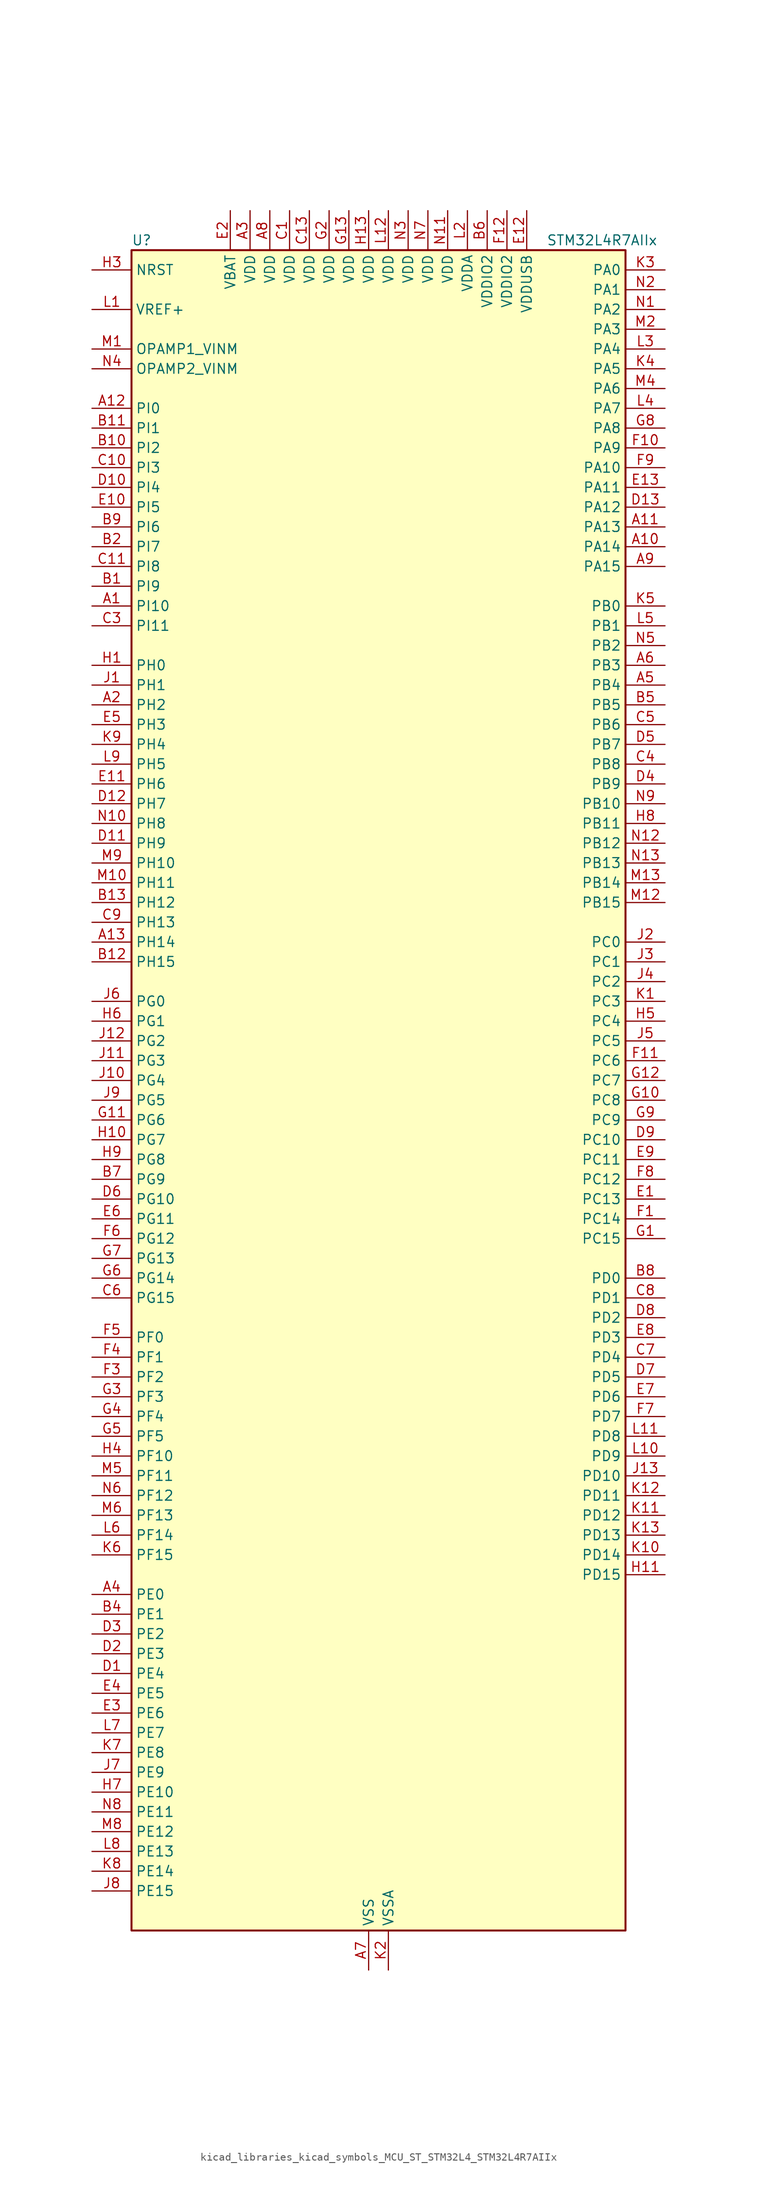
<source format=kicad_sym>
(kicad_symbol_lib
  (version 20220914)
  (generator kicad_symbol_editor)
  (symbol "kicad_libraries_kicad_symbols_MCU_ST_STM32L4_STM32L4R7AIIx"
    (property "Reference" "U"
      (at -30.48 110.49 0)
      (effects (font (size 1.27 1.27)) (justify left)))
    (property "Value" "STM32L4R7AIIx"
      (at 22.86 110.49 0)
      (effects (font (size 1.27 1.27)) (justify left)))
    (property "ki_locked" ""
      (at 0 0 0)
      (effects (font (size 1.27 1.27))))
    (symbol "kicad_libraries_kicad_symbols_MCU_ST_STM32L4_STM32L4R7AIIx_0_1"
      (rectangle (start -30.48 -106.68) (end 33.02 109.22) (stroke (width 0.254) (type default)) (fill (type background))))
    (symbol "kicad_libraries_kicad_symbols_MCU_ST_STM32L4_STM32L4R7AIIx_1_1"
      (pin bidirectional line (at -35.56 63.5 0) (length 5.08) (name "PI10" (effects (font (size 1.27 1.27)))) (number "A1" (effects (font (size 1.27 1.27)))) (alternate "OCTOSPIM_P2_IO1" bidirectional line))
      (pin bidirectional line (at 38.1 71.12 180) (length 5.08) (name "PA14" (effects (font (size 1.27 1.27)))) (number "A10" (effects (font (size 1.27 1.27)))) (alternate "I2C1_SMBA" bidirectional line) (alternate "I2C4_SMBA" bidirectional line) (alternate "LPTIM1_OUT" bidirectional line) (alternate "SAI1_FS_B" bidirectional line) (alternate "SYS_JTCK-SWCLK" bidirectional line) (alternate "USB_OTG_FS_SOF" bidirectional line))
      (pin bidirectional line (at 38.1 73.66 180) (length 5.08) (name "PA13" (effects (font (size 1.27 1.27)))) (number "A11" (effects (font (size 1.27 1.27)))) (alternate "IR_OUT" bidirectional line) (alternate "SAI1_SD_B" bidirectional line) (alternate "SYS_JTMS-SWDIO" bidirectional line) (alternate "USB_OTG_FS_NOE" bidirectional line))
      (pin bidirectional line (at -35.56 88.9 0) (length 5.08) (name "PI0" (effects (font (size 1.27 1.27)))) (number "A12" (effects (font (size 1.27 1.27)))) (alternate "DCMI_D13" bidirectional line) (alternate "OCTOSPIM_P1_IO5" bidirectional line) (alternate "SPI2_NSS" bidirectional line) (alternate "TIM5_CH4" bidirectional line))
      (pin bidirectional line (at -35.56 20.32 0) (length 5.08) (name "PH14" (effects (font (size 1.27 1.27)))) (number "A13" (effects (font (size 1.27 1.27)))) (alternate "DCMI_D4" bidirectional line) (alternate "TIM8_CH2N" bidirectional line))
      (pin bidirectional line (at -35.56 50.8 0) (length 5.08) (name "PH2" (effects (font (size 1.27 1.27)))) (number "A2" (effects (font (size 1.27 1.27)))) (alternate "OCTOSPIM_P1_IO4" bidirectional line))
      (pin power_in line (at -15.24 114.3 270) (length 5.08) (name "VDD" (effects (font (size 1.27 1.27)))) (number "A3" (effects (font (size 1.27 1.27)))))
      (pin bidirectional line (at -35.56 -63.5 0) (length 5.08) (name "PE0" (effects (font (size 1.27 1.27)))) (number "A4" (effects (font (size 1.27 1.27)))) (alternate "DCMI_D2" bidirectional line) (alternate "FMC_NBL0" bidirectional line) (alternate "LTDC_HSYNC" bidirectional line) (alternate "TIM16_CH1" bidirectional line) (alternate "TIM4_ETR" bidirectional line))
      (pin bidirectional line (at 38.1 53.34 180) (length 5.08) (name "PB4" (effects (font (size 1.27 1.27)))) (number "A5" (effects (font (size 1.27 1.27)))) (alternate "COMP2_INP" bidirectional line) (alternate "DCMI_D12" bidirectional line) (alternate "I2C3_SDA" bidirectional line) (alternate "SAI1_MCLK_B" bidirectional line) (alternate "SPI1_MISO" bidirectional line) (alternate "SPI3_MISO" bidirectional line) (alternate "SYS_JTRST" bidirectional line) (alternate "TIM17_BKIN" bidirectional line) (alternate "TIM3_CH1" bidirectional line) (alternate "TSC_G2_IO1" bidirectional line) (alternate "UART5_DE" bidirectional line) (alternate "UART5_RTS" bidirectional line) (alternate "USART1_CTS" bidirectional line) (alternate "USART1_NSS" bidirectional line))
      (pin bidirectional line (at 38.1 55.88 180) (length 5.08) (name "PB3" (effects (font (size 1.27 1.27)))) (number "A6" (effects (font (size 1.27 1.27)))) (alternate "COMP2_INM" bidirectional line) (alternate "CRS_SYNC" bidirectional line) (alternate "SAI1_SCK_B" bidirectional line) (alternate "SPI1_SCK" bidirectional line) (alternate "SPI3_SCK" bidirectional line) (alternate "SYS_JTDO-SWO" bidirectional line) (alternate "TIM2_CH2" bidirectional line) (alternate "USART1_DE" bidirectional line) (alternate "USART1_RTS" bidirectional line))
      (pin power_in line (at 0 -111.76 90) (length 5.08) (name "VSS" (effects (font (size 1.27 1.27)))) (number "A7" (effects (font (size 1.27 1.27)))))
      (pin power_in line (at -12.7 114.3 270) (length 5.08) (name "VDD" (effects (font (size 1.27 1.27)))) (number "A8" (effects (font (size 1.27 1.27)))))
      (pin bidirectional line (at 38.1 68.58 180) (length 5.08) (name "PA15" (effects (font (size 1.27 1.27)))) (number "A9" (effects (font (size 1.27 1.27)))) (alternate "ADC1_EXTI15" bidirectional line) (alternate "SAI2_FS_B" bidirectional line) (alternate "SPI1_NSS" bidirectional line) (alternate "SPI3_NSS" bidirectional line) (alternate "SYS_JTDI" bidirectional line) (alternate "TIM2_CH1" bidirectional line) (alternate "TIM2_ETR" bidirectional line) (alternate "TSC_G3_IO1" bidirectional line) (alternate "UART4_DE" bidirectional line) (alternate "UART4_RTS" bidirectional line) (alternate "USART2_RX" bidirectional line) (alternate "USART3_DE" bidirectional line) (alternate "USART3_RTS" bidirectional line))
      (pin bidirectional line (at -35.56 66.04 0) (length 5.08) (name "PI9" (effects (font (size 1.27 1.27)))) (number "B1" (effects (font (size 1.27 1.27)))) (alternate "CAN1_RX" bidirectional line) (alternate "DAC1_EXTI9" bidirectional line) (alternate "OCTOSPIM_P2_IO2" bidirectional line))
      (pin bidirectional line (at -35.56 83.82 0) (length 5.08) (name "PI2" (effects (font (size 1.27 1.27)))) (number "B10" (effects (font (size 1.27 1.27)))) (alternate "DCMI_D9" bidirectional line) (alternate "SPI2_MISO" bidirectional line) (alternate "TIM8_CH4" bidirectional line))
      (pin bidirectional line (at -35.56 86.36 0) (length 5.08) (name "PI1" (effects (font (size 1.27 1.27)))) (number "B11" (effects (font (size 1.27 1.27)))) (alternate "DCMI_D8" bidirectional line) (alternate "SPI2_SCK" bidirectional line))
      (pin bidirectional line (at -35.56 17.78 0) (length 5.08) (name "PH15" (effects (font (size 1.27 1.27)))) (number "B12" (effects (font (size 1.27 1.27)))) (alternate "ADC1_EXTI15" bidirectional line) (alternate "DCMI_D11" bidirectional line) (alternate "OCTOSPIM_P2_IO6" bidirectional line) (alternate "TIM8_CH3N" bidirectional line))
      (pin bidirectional line (at -35.56 25.4 0) (length 5.08) (name "PH12" (effects (font (size 1.27 1.27)))) (number "B13" (effects (font (size 1.27 1.27)))) (alternate "DCMI_D3" bidirectional line) (alternate "OCTOSPIM_P2_IO7" bidirectional line) (alternate "TIM5_CH3" bidirectional line))
      (pin bidirectional line (at -35.56 71.12 0) (length 5.08) (name "PI7" (effects (font (size 1.27 1.27)))) (number "B2" (effects (font (size 1.27 1.27)))) (alternate "DCMI_D7" bidirectional line) (alternate "TIM8_CH3" bidirectional line))
      (pin passive line (at 0 -111.76 90) (length 5.08) hide (name "VSS" (effects (font (size 1.27 1.27)))) (number "B3" (effects (font (size 1.27 1.27)))))
      (pin bidirectional line (at -35.56 -66.04 0) (length 5.08) (name "PE1" (effects (font (size 1.27 1.27)))) (number "B4" (effects (font (size 1.27 1.27)))) (alternate "DCMI_D3" bidirectional line) (alternate "FMC_NBL1" bidirectional line) (alternate "LTDC_VSYNC" bidirectional line) (alternate "TIM17_CH1" bidirectional line))
      (pin bidirectional line (at 38.1 50.8 180) (length 5.08) (name "PB5" (effects (font (size 1.27 1.27)))) (number "B5" (effects (font (size 1.27 1.27)))) (alternate "COMP2_OUT" bidirectional line) (alternate "DCMI_D10" bidirectional line) (alternate "I2C1_SMBA" bidirectional line) (alternate "LPTIM1_IN1" bidirectional line) (alternate "SAI1_SD_B" bidirectional line) (alternate "SPI1_MOSI" bidirectional line) (alternate "SPI3_MOSI" bidirectional line) (alternate "TIM16_BKIN" bidirectional line) (alternate "TIM3_CH2" bidirectional line) (alternate "TSC_G2_IO2" bidirectional line) (alternate "UART5_CTS" bidirectional line) (alternate "USART1_CK" bidirectional line))
      (pin power_in line (at 15.24 114.3 270) (length 5.08) (name "VDDIO2" (effects (font (size 1.27 1.27)))) (number "B6" (effects (font (size 1.27 1.27)))))
      (pin bidirectional line (at -35.56 -10.16 0) (length 5.08) (name "PG9" (effects (font (size 1.27 1.27)))) (number "B7" (effects (font (size 1.27 1.27)))) (alternate "DAC1_EXTI9" bidirectional line) (alternate "FMC_NCE" bidirectional line) (alternate "FMC_NE2" bidirectional line) (alternate "OCTOSPIM_P2_IO6" bidirectional line) (alternate "SAI2_SCK_A" bidirectional line) (alternate "SPI3_SCK" bidirectional line) (alternate "TIM15_CH1N" bidirectional line) (alternate "USART1_TX" bidirectional line))
      (pin bidirectional line (at 38.1 -22.86 180) (length 5.08) (name "PD0" (effects (font (size 1.27 1.27)))) (number "B8" (effects (font (size 1.27 1.27)))) (alternate "CAN1_RX" bidirectional line) (alternate "DFSDM1_DATIN7" bidirectional line) (alternate "FMC_D2" bidirectional line) (alternate "FMC_DA2" bidirectional line) (alternate "LTDC_B4" bidirectional line) (alternate "SPI2_NSS" bidirectional line))
      (pin bidirectional line (at -35.56 73.66 0) (length 5.08) (name "PI6" (effects (font (size 1.27 1.27)))) (number "B9" (effects (font (size 1.27 1.27)))) (alternate "DCMI_D6" bidirectional line) (alternate "OCTOSPIM_P2_CLK" bidirectional line) (alternate "TIM8_CH2" bidirectional line))
      (pin power_in line (at -10.16 114.3 270) (length 5.08) (name "VDD" (effects (font (size 1.27 1.27)))) (number "C1" (effects (font (size 1.27 1.27)))))
      (pin bidirectional line (at -35.56 81.28 0) (length 5.08) (name "PI3" (effects (font (size 1.27 1.27)))) (number "C10" (effects (font (size 1.27 1.27)))) (alternate "DCMI_D10" bidirectional line) (alternate "SPI2_MOSI" bidirectional line) (alternate "TIM8_ETR" bidirectional line))
      (pin bidirectional line (at -35.56 68.58 0) (length 5.08) (name "PI8" (effects (font (size 1.27 1.27)))) (number "C11" (effects (font (size 1.27 1.27)))) (alternate "DCMI_D12" bidirectional line) (alternate "OCTOSPIM_P2_NCS" bidirectional line))
      (pin passive line (at 0 -111.76 90) (length 5.08) hide (name "VSS" (effects (font (size 1.27 1.27)))) (number "C12" (effects (font (size 1.27 1.27)))))
      (pin power_in line (at -7.62 114.3 270) (length 5.08) (name "VDD" (effects (font (size 1.27 1.27)))) (number "C13" (effects (font (size 1.27 1.27)))))
      (pin passive line (at 0 -111.76 90) (length 5.08) hide (name "VSS" (effects (font (size 1.27 1.27)))) (number "C2" (effects (font (size 1.27 1.27)))))
      (pin bidirectional line (at -35.56 60.96 0) (length 5.08) (name "PI11" (effects (font (size 1.27 1.27)))) (number "C3" (effects (font (size 1.27 1.27)))) (alternate "ADC1_EXTI11" bidirectional line) (alternate "OCTOSPIM_P2_IO0" bidirectional line))
      (pin bidirectional line (at 38.1 43.18 180) (length 5.08) (name "PB8" (effects (font (size 1.27 1.27)))) (number "C4" (effects (font (size 1.27 1.27)))) (alternate "CAN1_RX" bidirectional line) (alternate "DCMI_D6" bidirectional line) (alternate "DFSDM1_CKOUT" bidirectional line) (alternate "DFSDM1_DATIN6" bidirectional line) (alternate "I2C1_SCL" bidirectional line) (alternate "LTDC_B1" bidirectional line) (alternate "SAI1_CK1" bidirectional line) (alternate "SAI1_MCLK_A" bidirectional line) (alternate "SDMMC1_CKIN" bidirectional line) (alternate "SDMMC1_D4" bidirectional line) (alternate "TIM16_CH1" bidirectional line) (alternate "TIM4_CH3" bidirectional line))
      (pin bidirectional line (at 38.1 48.26 180) (length 5.08) (name "PB6" (effects (font (size 1.27 1.27)))) (number "C5" (effects (font (size 1.27 1.27)))) (alternate "COMP2_INP" bidirectional line) (alternate "DCMI_D5" bidirectional line) (alternate "DFSDM1_DATIN5" bidirectional line) (alternate "I2C1_SCL" bidirectional line) (alternate "I2C4_SCL" bidirectional line) (alternate "LPTIM1_ETR" bidirectional line) (alternate "SAI1_FS_B" bidirectional line) (alternate "TIM16_CH1N" bidirectional line) (alternate "TIM4_CH1" bidirectional line) (alternate "TIM8_BKIN2" bidirectional line) (alternate "TSC_G2_IO3" bidirectional line) (alternate "USART1_TX" bidirectional line))
      (pin bidirectional line (at -35.56 -25.4 0) (length 5.08) (name "PG15" (effects (font (size 1.27 1.27)))) (number "C6" (effects (font (size 1.27 1.27)))) (alternate "ADC1_EXTI15" bidirectional line) (alternate "DCMI_D13" bidirectional line) (alternate "I2C1_SMBA" bidirectional line) (alternate "LPTIM1_OUT" bidirectional line) (alternate "OCTOSPIM_P2_DQS" bidirectional line))
      (pin bidirectional line (at 38.1 -33.02 180) (length 5.08) (name "PD4" (effects (font (size 1.27 1.27)))) (number "C7" (effects (font (size 1.27 1.27)))) (alternate "DFSDM1_CKIN0" bidirectional line) (alternate "FMC_NOE" bidirectional line) (alternate "OCTOSPIM_P1_IO4" bidirectional line) (alternate "SPI2_MOSI" bidirectional line) (alternate "USART2_DE" bidirectional line) (alternate "USART2_RTS" bidirectional line))
      (pin bidirectional line (at 38.1 -25.4 180) (length 5.08) (name "PD1" (effects (font (size 1.27 1.27)))) (number "C8" (effects (font (size 1.27 1.27)))) (alternate "CAN1_TX" bidirectional line) (alternate "DFSDM1_CKIN7" bidirectional line) (alternate "FMC_D3" bidirectional line) (alternate "FMC_DA3" bidirectional line) (alternate "LTDC_B5" bidirectional line) (alternate "SPI2_SCK" bidirectional line))
      (pin bidirectional line (at -35.56 22.86 0) (length 5.08) (name "PH13" (effects (font (size 1.27 1.27)))) (number "C9" (effects (font (size 1.27 1.27)))) (alternate "CAN1_TX" bidirectional line) (alternate "TIM8_CH1N" bidirectional line))
      (pin bidirectional line (at -35.56 -73.66 0) (length 5.08) (name "PE4" (effects (font (size 1.27 1.27)))) (number "D1" (effects (font (size 1.27 1.27)))) (alternate "DCMI_D4" bidirectional line) (alternate "DFSDM1_DATIN3" bidirectional line) (alternate "FMC_A20" bidirectional line) (alternate "LTDC_B0" bidirectional line) (alternate "SAI1_D2" bidirectional line) (alternate "SAI1_FS_A" bidirectional line) (alternate "SYS_TRACED1" bidirectional line) (alternate "TIM3_CH2" bidirectional line) (alternate "TSC_G7_IO3" bidirectional line))
      (pin bidirectional line (at -35.56 78.74 0) (length 5.08) (name "PI4" (effects (font (size 1.27 1.27)))) (number "D10" (effects (font (size 1.27 1.27)))) (alternate "DCMI_D5" bidirectional line) (alternate "TIM8_BKIN" bidirectional line))
      (pin bidirectional line (at -35.56 33.02 0) (length 5.08) (name "PH9" (effects (font (size 1.27 1.27)))) (number "D11" (effects (font (size 1.27 1.27)))) (alternate "DAC1_EXTI9" bidirectional line) (alternate "DCMI_D0" bidirectional line) (alternate "I2C3_SMBA" bidirectional line) (alternate "OCTOSPIM_P2_IO4" bidirectional line))
      (pin bidirectional line (at -35.56 38.1 0) (length 5.08) (name "PH7" (effects (font (size 1.27 1.27)))) (number "D12" (effects (font (size 1.27 1.27)))) (alternate "DCMI_D9" bidirectional line) (alternate "I2C3_SCL" bidirectional line))
      (pin bidirectional line (at 38.1 76.2 180) (length 5.08) (name "PA12" (effects (font (size 1.27 1.27)))) (number "D13" (effects (font (size 1.27 1.27)))) (alternate "CAN1_TX" bidirectional line) (alternate "SPI1_MOSI" bidirectional line) (alternate "TIM1_ETR" bidirectional line) (alternate "USART1_DE" bidirectional line) (alternate "USART1_RTS" bidirectional line) (alternate "USB_OTG_FS_DP" bidirectional line))
      (pin bidirectional line (at -35.56 -71.12 0) (length 5.08) (name "PE3" (effects (font (size 1.27 1.27)))) (number "D2" (effects (font (size 1.27 1.27)))) (alternate "FMC_A19" bidirectional line) (alternate "LTDC_R1" bidirectional line) (alternate "OCTOSPIM_P1_DQS" bidirectional line) (alternate "SAI1_SD_B" bidirectional line) (alternate "SYS_TRACED0" bidirectional line) (alternate "TIM3_CH1" bidirectional line) (alternate "TSC_G7_IO2" bidirectional line))
      (pin bidirectional line (at -35.56 -68.58 0) (length 5.08) (name "PE2" (effects (font (size 1.27 1.27)))) (number "D3" (effects (font (size 1.27 1.27)))) (alternate "FMC_A23" bidirectional line) (alternate "LTDC_R0" bidirectional line) (alternate "SAI1_CK1" bidirectional line) (alternate "SAI1_MCLK_A" bidirectional line) (alternate "SYS_TRACECLK" bidirectional line) (alternate "TIM3_ETR" bidirectional line) (alternate "TSC_G7_IO1" bidirectional line))
      (pin bidirectional line (at 38.1 40.64 180) (length 5.08) (name "PB9" (effects (font (size 1.27 1.27)))) (number "D4" (effects (font (size 1.27 1.27)))) (alternate "CAN1_TX" bidirectional line) (alternate "DAC1_EXTI9" bidirectional line) (alternate "DCMI_D7" bidirectional line) (alternate "DFSDM1_CKIN6" bidirectional line) (alternate "I2C1_SDA" bidirectional line) (alternate "IR_OUT" bidirectional line) (alternate "SAI1_D2" bidirectional line) (alternate "SAI1_FS_A" bidirectional line) (alternate "SDMMC1_CDIR" bidirectional line) (alternate "SDMMC1_D5" bidirectional line) (alternate "SPI2_NSS" bidirectional line) (alternate "TIM17_CH1" bidirectional line) (alternate "TIM4_CH4" bidirectional line))
      (pin bidirectional line (at 38.1 45.72 180) (length 5.08) (name "PB7" (effects (font (size 1.27 1.27)))) (number "D5" (effects (font (size 1.27 1.27)))) (alternate "COMP2_INM" bidirectional line) (alternate "DCMI_VSYNC" bidirectional line) (alternate "DFSDM1_CKIN5" bidirectional line) (alternate "FMC_NL" bidirectional line) (alternate "I2C1_SDA" bidirectional line) (alternate "I2C4_SDA" bidirectional line) (alternate "LPTIM1_IN2" bidirectional line) (alternate "SYS_PVD_IN" bidirectional line) (alternate "TIM17_CH1N" bidirectional line) (alternate "TIM4_CH2" bidirectional line) (alternate "TIM8_BKIN" bidirectional line) (alternate "TSC_G2_IO4" bidirectional line) (alternate "UART4_CTS" bidirectional line) (alternate "USART1_RX" bidirectional line))
      (pin bidirectional line (at -35.56 -12.7 0) (length 5.08) (name "PG10" (effects (font (size 1.27 1.27)))) (number "D6" (effects (font (size 1.27 1.27)))) (alternate "FMC_NE3" bidirectional line) (alternate "LPTIM1_IN1" bidirectional line) (alternate "OCTOSPIM_P2_IO7" bidirectional line) (alternate "SAI2_FS_A" bidirectional line) (alternate "SPI3_MISO" bidirectional line) (alternate "TIM15_CH1" bidirectional line) (alternate "USART1_RX" bidirectional line))
      (pin bidirectional line (at 38.1 -35.56 180) (length 5.08) (name "PD5" (effects (font (size 1.27 1.27)))) (number "D7" (effects (font (size 1.27 1.27)))) (alternate "FMC_NWE" bidirectional line) (alternate "OCTOSPIM_P1_IO5" bidirectional line) (alternate "USART2_TX" bidirectional line))
      (pin bidirectional line (at 38.1 -27.94 180) (length 5.08) (name "PD2" (effects (font (size 1.27 1.27)))) (number "D8" (effects (font (size 1.27 1.27)))) (alternate "DCMI_D11" bidirectional line) (alternate "SDMMC1_CMD" bidirectional line) (alternate "SYS_TRACED2" bidirectional line) (alternate "TIM3_ETR" bidirectional line) (alternate "TSC_SYNC" bidirectional line) (alternate "UART5_RX" bidirectional line) (alternate "USART3_DE" bidirectional line) (alternate "USART3_RTS" bidirectional line))
      (pin bidirectional line (at 38.1 -5.08 180) (length 5.08) (name "PC10" (effects (font (size 1.27 1.27)))) (number "D9" (effects (font (size 1.27 1.27)))) (alternate "DCMI_D8" bidirectional line) (alternate "SAI2_SCK_B" bidirectional line) (alternate "SDMMC1_D2" bidirectional line) (alternate "SPI3_SCK" bidirectional line) (alternate "SYS_TRACED1" bidirectional line) (alternate "TSC_G3_IO2" bidirectional line) (alternate "UART4_TX" bidirectional line) (alternate "USART3_TX" bidirectional line))
      (pin bidirectional line (at 38.1 -12.7 180) (length 5.08) (name "PC13" (effects (font (size 1.27 1.27)))) (number "E1" (effects (font (size 1.27 1.27)))) (alternate "RTC_OUT_ALARM" bidirectional line) (alternate "RTC_OUT_CALIB" bidirectional line) (alternate "RTC_TAMP1" bidirectional line) (alternate "RTC_TS" bidirectional line) (alternate "SYS_WKUP2" bidirectional line))
      (pin bidirectional line (at -35.56 76.2 0) (length 5.08) (name "PI5" (effects (font (size 1.27 1.27)))) (number "E10" (effects (font (size 1.27 1.27)))) (alternate "DCMI_VSYNC" bidirectional line) (alternate "OCTOSPIM_P2_NCS" bidirectional line) (alternate "TIM8_CH1" bidirectional line))
      (pin bidirectional line (at -35.56 40.64 0) (length 5.08) (name "PH6" (effects (font (size 1.27 1.27)))) (number "E11" (effects (font (size 1.27 1.27)))) (alternate "DCMI_D8" bidirectional line) (alternate "I2C2_SMBA" bidirectional line) (alternate "OCTOSPIM_P2_CLK" bidirectional line))
      (pin power_in line (at 20.32 114.3 270) (length 5.08) (name "VDDUSB" (effects (font (size 1.27 1.27)))) (number "E12" (effects (font (size 1.27 1.27)))))
      (pin bidirectional line (at 38.1 78.74 180) (length 5.08) (name "PA11" (effects (font (size 1.27 1.27)))) (number "E13" (effects (font (size 1.27 1.27)))) (alternate "ADC1_EXTI11" bidirectional line) (alternate "CAN1_RX" bidirectional line) (alternate "SPI1_MISO" bidirectional line) (alternate "TIM1_BKIN2" bidirectional line) (alternate "TIM1_CH4" bidirectional line) (alternate "USART1_CTS" bidirectional line) (alternate "USART1_NSS" bidirectional line) (alternate "USB_OTG_FS_DM" bidirectional line))
      (pin power_in line (at -17.78 114.3 270) (length 5.08) (name "VBAT" (effects (font (size 1.27 1.27)))) (number "E2" (effects (font (size 1.27 1.27)))))
      (pin bidirectional line (at -35.56 -78.74 0) (length 5.08) (name "PE6" (effects (font (size 1.27 1.27)))) (number "E3" (effects (font (size 1.27 1.27)))) (alternate "DCMI_D7" bidirectional line) (alternate "FMC_A22" bidirectional line) (alternate "LTDC_G1" bidirectional line) (alternate "RTC_TAMP3" bidirectional line) (alternate "SAI1_D1" bidirectional line) (alternate "SAI1_SD_A" bidirectional line) (alternate "SYS_TRACED3" bidirectional line) (alternate "SYS_WKUP3" bidirectional line) (alternate "TIM3_CH4" bidirectional line))
      (pin bidirectional line (at -35.56 -76.2 0) (length 5.08) (name "PE5" (effects (font (size 1.27 1.27)))) (number "E4" (effects (font (size 1.27 1.27)))) (alternate "DCMI_D6" bidirectional line) (alternate "DFSDM1_CKIN3" bidirectional line) (alternate "FMC_A21" bidirectional line) (alternate "LTDC_G0" bidirectional line) (alternate "SAI1_CK2" bidirectional line) (alternate "SAI1_SCK_A" bidirectional line) (alternate "SYS_TRACED2" bidirectional line) (alternate "TIM3_CH3" bidirectional line) (alternate "TSC_G7_IO4" bidirectional line))
      (pin bidirectional line (at -35.56 48.26 0) (length 5.08) (name "PH3" (effects (font (size 1.27 1.27)))) (number "E5" (effects (font (size 1.27 1.27)))))
      (pin bidirectional line (at -35.56 -15.24 0) (length 5.08) (name "PG11" (effects (font (size 1.27 1.27)))) (number "E6" (effects (font (size 1.27 1.27)))) (alternate "ADC1_EXTI11" bidirectional line) (alternate "LPTIM1_IN2" bidirectional line) (alternate "OCTOSPIM_P1_IO5" bidirectional line) (alternate "SAI2_MCLK_A" bidirectional line) (alternate "SPI3_MOSI" bidirectional line) (alternate "TIM15_CH2" bidirectional line) (alternate "USART1_CTS" bidirectional line) (alternate "USART1_NSS" bidirectional line))
      (pin bidirectional line (at 38.1 -38.1 180) (length 5.08) (name "PD6" (effects (font (size 1.27 1.27)))) (number "E7" (effects (font (size 1.27 1.27)))) (alternate "DCMI_D10" bidirectional line) (alternate "DFSDM1_DATIN1" bidirectional line) (alternate "FMC_NWAIT" bidirectional line) (alternate "LTDC_DE" bidirectional line) (alternate "OCTOSPIM_P1_IO6" bidirectional line) (alternate "SAI1_D1" bidirectional line) (alternate "SAI1_SD_A" bidirectional line) (alternate "SPI3_MOSI" bidirectional line) (alternate "USART2_RX" bidirectional line))
      (pin bidirectional line (at 38.1 -30.48 180) (length 5.08) (name "PD3" (effects (font (size 1.27 1.27)))) (number "E8" (effects (font (size 1.27 1.27)))) (alternate "DCMI_D5" bidirectional line) (alternate "DFSDM1_DATIN0" bidirectional line) (alternate "FMC_CLK" bidirectional line) (alternate "LTDC_CLK" bidirectional line) (alternate "OCTOSPIM_P2_NCS" bidirectional line) (alternate "SPI2_MISO" bidirectional line) (alternate "SPI2_SCK" bidirectional line) (alternate "USART2_CTS" bidirectional line) (alternate "USART2_NSS" bidirectional line))
      (pin bidirectional line (at 38.1 -7.62 180) (length 5.08) (name "PC11" (effects (font (size 1.27 1.27)))) (number "E9" (effects (font (size 1.27 1.27)))) (alternate "ADC1_EXTI11" bidirectional line) (alternate "DCMI_D2" bidirectional line) (alternate "DCMI_D4" bidirectional line) (alternate "OCTOSPIM_P1_NCS" bidirectional line) (alternate "SAI2_MCLK_B" bidirectional line) (alternate "SDMMC1_D3" bidirectional line) (alternate "SPI3_MISO" bidirectional line) (alternate "TSC_G3_IO3" bidirectional line) (alternate "UART4_RX" bidirectional line) (alternate "USART3_RX" bidirectional line))
      (pin bidirectional line (at 38.1 -15.24 180) (length 5.08) (name "PC14" (effects (font (size 1.27 1.27)))) (number "F1" (effects (font (size 1.27 1.27)))) (alternate "RCC_OSC32_IN" bidirectional line))
      (pin bidirectional line (at 38.1 83.82 180) (length 5.08) (name "PA9" (effects (font (size 1.27 1.27)))) (number "F10" (effects (font (size 1.27 1.27)))) (alternate "DAC1_EXTI9" bidirectional line) (alternate "DCMI_D0" bidirectional line) (alternate "SAI1_FS_A" bidirectional line) (alternate "SPI2_SCK" bidirectional line) (alternate "TIM15_BKIN" bidirectional line) (alternate "TIM1_CH2" bidirectional line) (alternate "USART1_TX" bidirectional line) (alternate "USB_OTG_FS_VBUS" bidirectional line))
      (pin bidirectional line (at 38.1 5.08 180) (length 5.08) (name "PC6" (effects (font (size 1.27 1.27)))) (number "F11" (effects (font (size 1.27 1.27)))) (alternate "DCMI_D0" bidirectional line) (alternate "DFSDM1_CKIN3" bidirectional line) (alternate "LTDC_R0" bidirectional line) (alternate "SAI2_MCLK_A" bidirectional line) (alternate "SDMMC1_D0DIR" bidirectional line) (alternate "SDMMC1_D6" bidirectional line) (alternate "TIM3_CH1" bidirectional line) (alternate "TIM8_CH1" bidirectional line) (alternate "TSC_G4_IO1" bidirectional line))
      (pin power_in line (at 17.78 114.3 270) (length 5.08) (name "VDDIO2" (effects (font (size 1.27 1.27)))) (number "F12" (effects (font (size 1.27 1.27)))))
      (pin passive line (at 0 -111.76 90) (length 5.08) hide (name "VSS" (effects (font (size 1.27 1.27)))) (number "F13" (effects (font (size 1.27 1.27)))))
      (pin passive line (at 0 -111.76 90) (length 5.08) hide (name "VSS" (effects (font (size 1.27 1.27)))) (number "F2" (effects (font (size 1.27 1.27)))))
      (pin bidirectional line (at -35.56 -35.56 0) (length 5.08) (name "PF2" (effects (font (size 1.27 1.27)))) (number "F3" (effects (font (size 1.27 1.27)))) (alternate "FMC_A2" bidirectional line) (alternate "I2C2_SMBA" bidirectional line) (alternate "OCTOSPIM_P2_IO2" bidirectional line))
      (pin bidirectional line (at -35.56 -33.02 0) (length 5.08) (name "PF1" (effects (font (size 1.27 1.27)))) (number "F4" (effects (font (size 1.27 1.27)))) (alternate "FMC_A1" bidirectional line) (alternate "I2C2_SCL" bidirectional line) (alternate "OCTOSPIM_P2_IO1" bidirectional line))
      (pin bidirectional line (at -35.56 -30.48 0) (length 5.08) (name "PF0" (effects (font (size 1.27 1.27)))) (number "F5" (effects (font (size 1.27 1.27)))) (alternate "FMC_A0" bidirectional line) (alternate "I2C2_SDA" bidirectional line) (alternate "OCTOSPIM_P2_IO0" bidirectional line))
      (pin bidirectional line (at -35.56 -17.78 0) (length 5.08) (name "PG12" (effects (font (size 1.27 1.27)))) (number "F6" (effects (font (size 1.27 1.27)))) (alternate "FMC_NE4" bidirectional line) (alternate "LPTIM1_ETR" bidirectional line) (alternate "OCTOSPIM_P2_NCS" bidirectional line) (alternate "SAI2_SD_A" bidirectional line) (alternate "SPI3_NSS" bidirectional line) (alternate "USART1_DE" bidirectional line) (alternate "USART1_RTS" bidirectional line))
      (pin bidirectional line (at 38.1 -40.64 180) (length 5.08) (name "PD7" (effects (font (size 1.27 1.27)))) (number "F7" (effects (font (size 1.27 1.27)))) (alternate "DFSDM1_CKIN1" bidirectional line) (alternate "FMC_NCE" bidirectional line) (alternate "FMC_NE1" bidirectional line) (alternate "OCTOSPIM_P1_IO7" bidirectional line) (alternate "USART2_CK" bidirectional line))
      (pin bidirectional line (at 38.1 -10.16 180) (length 5.08) (name "PC12" (effects (font (size 1.27 1.27)))) (number "F8" (effects (font (size 1.27 1.27)))) (alternate "DCMI_D9" bidirectional line) (alternate "SAI2_SD_B" bidirectional line) (alternate "SDMMC1_CK" bidirectional line) (alternate "SPI3_MOSI" bidirectional line) (alternate "SYS_TRACED3" bidirectional line) (alternate "TSC_G3_IO4" bidirectional line) (alternate "UART5_TX" bidirectional line) (alternate "USART3_CK" bidirectional line))
      (pin bidirectional line (at 38.1 81.28 180) (length 5.08) (name "PA10" (effects (font (size 1.27 1.27)))) (number "F9" (effects (font (size 1.27 1.27)))) (alternate "DCMI_D1" bidirectional line) (alternate "SAI1_D1" bidirectional line) (alternate "SAI1_SD_A" bidirectional line) (alternate "TIM17_BKIN" bidirectional line) (alternate "TIM1_CH3" bidirectional line) (alternate "USART1_RX" bidirectional line) (alternate "USB_OTG_FS_ID" bidirectional line))
      (pin bidirectional line (at 38.1 -17.78 180) (length 5.08) (name "PC15" (effects (font (size 1.27 1.27)))) (number "G1" (effects (font (size 1.27 1.27)))) (alternate "ADC1_EXTI15" bidirectional line) (alternate "RCC_OSC32_OUT" bidirectional line))
      (pin bidirectional line (at 38.1 0 180) (length 5.08) (name "PC8" (effects (font (size 1.27 1.27)))) (number "G10" (effects (font (size 1.27 1.27)))) (alternate "DCMI_D2" bidirectional line) (alternate "SDMMC1_D0" bidirectional line) (alternate "TIM3_CH3" bidirectional line) (alternate "TIM8_CH3" bidirectional line) (alternate "TSC_G4_IO3" bidirectional line))
      (pin bidirectional line (at -35.56 -2.54 0) (length 5.08) (name "PG6" (effects (font (size 1.27 1.27)))) (number "G11" (effects (font (size 1.27 1.27)))) (alternate "I2C3_SMBA" bidirectional line) (alternate "LPUART1_DE" bidirectional line) (alternate "LPUART1_RTS" bidirectional line) (alternate "LTDC_R1" bidirectional line) (alternate "OCTOSPIM_P1_DQS" bidirectional line))
      (pin bidirectional line (at 38.1 2.54 180) (length 5.08) (name "PC7" (effects (font (size 1.27 1.27)))) (number "G12" (effects (font (size 1.27 1.27)))) (alternate "DCMI_D1" bidirectional line) (alternate "DFSDM1_DATIN3" bidirectional line) (alternate "LTDC_R1" bidirectional line) (alternate "SAI2_MCLK_B" bidirectional line) (alternate "SDMMC1_D123DIR" bidirectional line) (alternate "SDMMC1_D7" bidirectional line) (alternate "TIM3_CH2" bidirectional line) (alternate "TIM8_CH2" bidirectional line) (alternate "TSC_G4_IO2" bidirectional line))
      (pin power_in line (at -2.54 114.3 270) (length 5.08) (name "VDD" (effects (font (size 1.27 1.27)))) (number "G13" (effects (font (size 1.27 1.27)))))
      (pin power_in line (at -5.08 114.3 270) (length 5.08) (name "VDD" (effects (font (size 1.27 1.27)))) (number "G2" (effects (font (size 1.27 1.27)))))
      (pin bidirectional line (at -35.56 -38.1 0) (length 5.08) (name "PF3" (effects (font (size 1.27 1.27)))) (number "G3" (effects (font (size 1.27 1.27)))) (alternate "FMC_A3" bidirectional line) (alternate "OCTOSPIM_P2_IO3" bidirectional line))
      (pin bidirectional line (at -35.56 -40.64 0) (length 5.08) (name "PF4" (effects (font (size 1.27 1.27)))) (number "G4" (effects (font (size 1.27 1.27)))) (alternate "FMC_A4" bidirectional line) (alternate "OCTOSPIM_P2_CLK" bidirectional line))
      (pin bidirectional line (at -35.56 -43.18 0) (length 5.08) (name "PF5" (effects (font (size 1.27 1.27)))) (number "G5" (effects (font (size 1.27 1.27)))) (alternate "FMC_A5" bidirectional line))
      (pin bidirectional line (at -35.56 -22.86 0) (length 5.08) (name "PG14" (effects (font (size 1.27 1.27)))) (number "G6" (effects (font (size 1.27 1.27)))) (alternate "FMC_A25" bidirectional line) (alternate "I2C1_SCL" bidirectional line) (alternate "LTDC_R1" bidirectional line))
      (pin bidirectional line (at -35.56 -20.32 0) (length 5.08) (name "PG13" (effects (font (size 1.27 1.27)))) (number "G7" (effects (font (size 1.27 1.27)))) (alternate "FMC_A24" bidirectional line) (alternate "I2C1_SDA" bidirectional line) (alternate "LTDC_R0" bidirectional line) (alternate "USART1_CK" bidirectional line))
      (pin bidirectional line (at 38.1 86.36 180) (length 5.08) (name "PA8" (effects (font (size 1.27 1.27)))) (number "G8" (effects (font (size 1.27 1.27)))) (alternate "LPTIM2_OUT" bidirectional line) (alternate "RCC_MCO" bidirectional line) (alternate "SAI1_CK2" bidirectional line) (alternate "SAI1_SCK_A" bidirectional line) (alternate "TIM1_CH1" bidirectional line) (alternate "USART1_CK" bidirectional line) (alternate "USB_OTG_FS_SOF" bidirectional line))
      (pin bidirectional line (at 38.1 -2.54 180) (length 5.08) (name "PC9" (effects (font (size 1.27 1.27)))) (number "G9" (effects (font (size 1.27 1.27)))) (alternate "DAC1_EXTI9" bidirectional line) (alternate "DCMI_D3" bidirectional line) (alternate "I2C3_SDA" bidirectional line) (alternate "SAI2_EXTCLK" bidirectional line) (alternate "SDMMC1_D1" bidirectional line) (alternate "SYS_TRACED0" bidirectional line) (alternate "TIM3_CH4" bidirectional line) (alternate "TIM8_BKIN2" bidirectional line) (alternate "TIM8_CH4" bidirectional line) (alternate "TSC_G4_IO4" bidirectional line) (alternate "USB_OTG_FS_NOE" bidirectional line))
      (pin bidirectional line (at -35.56 55.88 0) (length 5.08) (name "PH0" (effects (font (size 1.27 1.27)))) (number "H1" (effects (font (size 1.27 1.27)))) (alternate "RCC_OSC_IN" bidirectional line))
      (pin bidirectional line (at -35.56 -5.08 0) (length 5.08) (name "PG7" (effects (font (size 1.27 1.27)))) (number "H10" (effects (font (size 1.27 1.27)))) (alternate "DFSDM1_CKOUT" bidirectional line) (alternate "FMC_INT" bidirectional line) (alternate "I2C3_SCL" bidirectional line) (alternate "LPUART1_TX" bidirectional line) (alternate "OCTOSPIM_P2_DQS" bidirectional line) (alternate "SAI1_CK1" bidirectional line) (alternate "SAI1_MCLK_A" bidirectional line))
      (pin bidirectional line (at 38.1 -60.96 180) (length 5.08) (name "PD15" (effects (font (size 1.27 1.27)))) (number "H11" (effects (font (size 1.27 1.27)))) (alternate "ADC1_EXTI15" bidirectional line) (alternate "FMC_D1" bidirectional line) (alternate "FMC_DA1" bidirectional line) (alternate "LTDC_B3" bidirectional line) (alternate "TIM4_CH4" bidirectional line))
      (pin passive line (at 0 -111.76 90) (length 5.08) hide (name "VSS" (effects (font (size 1.27 1.27)))) (number "H12" (effects (font (size 1.27 1.27)))))
      (pin power_in line (at 0 114.3 270) (length 5.08) (name "VDD" (effects (font (size 1.27 1.27)))) (number "H13" (effects (font (size 1.27 1.27)))))
      (pin passive line (at 0 -111.76 90) (length 5.08) hide (name "VSS" (effects (font (size 1.27 1.27)))) (number "H2" (effects (font (size 1.27 1.27)))))
      (pin input line (at -35.56 106.68 0) (length 5.08) (name "NRST" (effects (font (size 1.27 1.27)))) (number "H3" (effects (font (size 1.27 1.27)))))
      (pin bidirectional line (at -35.56 -45.72 0) (length 5.08) (name "PF10" (effects (font (size 1.27 1.27)))) (number "H4" (effects (font (size 1.27 1.27)))) (alternate "DCMI_D11" bidirectional line) (alternate "DFSDM1_CKOUT" bidirectional line) (alternate "OCTOSPIM_P1_CLK" bidirectional line) (alternate "SAI1_D3" bidirectional line) (alternate "TIM15_CH2" bidirectional line))
      (pin bidirectional line (at 38.1 10.16 180) (length 5.08) (name "PC4" (effects (font (size 1.27 1.27)))) (number "H5" (effects (font (size 1.27 1.27)))) (alternate "ADC1_IN13" bidirectional line) (alternate "COMP1_INM" bidirectional line) (alternate "OCTOSPIM_P1_IO7" bidirectional line) (alternate "USART3_TX" bidirectional line))
      (pin bidirectional line (at -35.56 10.16 0) (length 5.08) (name "PG1" (effects (font (size 1.27 1.27)))) (number "H6" (effects (font (size 1.27 1.27)))) (alternate "FMC_A11" bidirectional line) (alternate "OCTOSPIM_P2_IO5" bidirectional line) (alternate "TSC_G8_IO4" bidirectional line))
      (pin bidirectional line (at -35.56 -88.9 0) (length 5.08) (name "PE10" (effects (font (size 1.27 1.27)))) (number "H7" (effects (font (size 1.27 1.27)))) (alternate "DFSDM1_DATIN4" bidirectional line) (alternate "FMC_D7" bidirectional line) (alternate "FMC_DA7" bidirectional line) (alternate "LTDC_G3" bidirectional line) (alternate "OCTOSPIM_P1_CLK" bidirectional line) (alternate "SAI1_MCLK_B" bidirectional line) (alternate "TIM1_CH2N" bidirectional line) (alternate "TSC_G5_IO1" bidirectional line))
      (pin bidirectional line (at 38.1 35.56 180) (length 5.08) (name "PB11" (effects (font (size 1.27 1.27)))) (number "H8" (effects (font (size 1.27 1.27)))) (alternate "ADC1_EXTI11" bidirectional line) (alternate "COMP2_OUT" bidirectional line) (alternate "DFSDM1_CKIN7" bidirectional line) (alternate "I2C2_SDA" bidirectional line) (alternate "I2C4_SDA" bidirectional line) (alternate "LPUART1_TX" bidirectional line) (alternate "OCTOSPIM_P1_NCS" bidirectional line) (alternate "TIM2_CH4" bidirectional line) (alternate "USART3_RX" bidirectional line))
      (pin bidirectional line (at -35.56 -7.62 0) (length 5.08) (name "PG8" (effects (font (size 1.27 1.27)))) (number "H9" (effects (font (size 1.27 1.27)))) (alternate "I2C3_SDA" bidirectional line) (alternate "LPUART1_RX" bidirectional line))
      (pin bidirectional line (at -35.56 53.34 0) (length 5.08) (name "PH1" (effects (font (size 1.27 1.27)))) (number "J1" (effects (font (size 1.27 1.27)))) (alternate "RCC_OSC_OUT" bidirectional line))
      (pin bidirectional line (at -35.56 2.54 0) (length 5.08) (name "PG4" (effects (font (size 1.27 1.27)))) (number "J10" (effects (font (size 1.27 1.27)))) (alternate "FMC_A14" bidirectional line) (alternate "SAI2_MCLK_B" bidirectional line) (alternate "SPI1_MOSI" bidirectional line))
      (pin bidirectional line (at -35.56 5.08 0) (length 5.08) (name "PG3" (effects (font (size 1.27 1.27)))) (number "J11" (effects (font (size 1.27 1.27)))) (alternate "FMC_A13" bidirectional line) (alternate "SAI2_FS_B" bidirectional line) (alternate "SPI1_MISO" bidirectional line))
      (pin bidirectional line (at -35.56 7.62 0) (length 5.08) (name "PG2" (effects (font (size 1.27 1.27)))) (number "J12" (effects (font (size 1.27 1.27)))) (alternate "FMC_A12" bidirectional line) (alternate "SAI2_SCK_B" bidirectional line) (alternate "SPI1_SCK" bidirectional line))
      (pin bidirectional line (at 38.1 -48.26 180) (length 5.08) (name "PD10" (effects (font (size 1.27 1.27)))) (number "J13" (effects (font (size 1.27 1.27)))) (alternate "FMC_D15" bidirectional line) (alternate "FMC_DA15" bidirectional line) (alternate "LTDC_R5" bidirectional line) (alternate "SAI2_SCK_A" bidirectional line) (alternate "TSC_G6_IO1" bidirectional line) (alternate "USART3_CK" bidirectional line))
      (pin bidirectional line (at 38.1 20.32 180) (length 5.08) (name "PC0" (effects (font (size 1.27 1.27)))) (number "J2" (effects (font (size 1.27 1.27)))) (alternate "ADC1_IN1" bidirectional line) (alternate "DFSDM1_DATIN4" bidirectional line) (alternate "I2C3_SCL" bidirectional line) (alternate "LPTIM1_IN1" bidirectional line) (alternate "LPTIM2_IN1" bidirectional line) (alternate "LPUART1_RX" bidirectional line) (alternate "SAI2_FS_A" bidirectional line))
      (pin bidirectional line (at 38.1 17.78 180) (length 5.08) (name "PC1" (effects (font (size 1.27 1.27)))) (number "J3" (effects (font (size 1.27 1.27)))) (alternate "ADC1_IN2" bidirectional line) (alternate "DFSDM1_CKIN4" bidirectional line) (alternate "I2C3_SDA" bidirectional line) (alternate "LPTIM1_OUT" bidirectional line) (alternate "LPUART1_TX" bidirectional line) (alternate "OCTOSPIM_P1_IO4" bidirectional line) (alternate "SAI1_SD_A" bidirectional line) (alternate "SPI2_MOSI" bidirectional line) (alternate "SYS_TRACED0" bidirectional line))
      (pin bidirectional line (at 38.1 15.24 180) (length 5.08) (name "PC2" (effects (font (size 1.27 1.27)))) (number "J4" (effects (font (size 1.27 1.27)))) (alternate "ADC1_IN3" bidirectional line) (alternate "DFSDM1_CKOUT" bidirectional line) (alternate "LPTIM1_IN2" bidirectional line) (alternate "OCTOSPIM_P1_IO5" bidirectional line) (alternate "SPI2_MISO" bidirectional line))
      (pin bidirectional line (at 38.1 7.62 180) (length 5.08) (name "PC5" (effects (font (size 1.27 1.27)))) (number "J5" (effects (font (size 1.27 1.27)))) (alternate "ADC1_IN14" bidirectional line) (alternate "COMP1_INP" bidirectional line) (alternate "SAI1_D3" bidirectional line) (alternate "SYS_WKUP5" bidirectional line) (alternate "USART3_RX" bidirectional line))
      (pin bidirectional line (at -35.56 12.7 0) (length 5.08) (name "PG0" (effects (font (size 1.27 1.27)))) (number "J6" (effects (font (size 1.27 1.27)))) (alternate "FMC_A10" bidirectional line) (alternate "OCTOSPIM_P2_IO4" bidirectional line) (alternate "TSC_G8_IO3" bidirectional line))
      (pin bidirectional line (at -35.56 -86.36 0) (length 5.08) (name "PE9" (effects (font (size 1.27 1.27)))) (number "J7" (effects (font (size 1.27 1.27)))) (alternate "DAC1_EXTI9" bidirectional line) (alternate "DFSDM1_CKOUT" bidirectional line) (alternate "FMC_D6" bidirectional line) (alternate "FMC_DA6" bidirectional line) (alternate "LTDC_G2" bidirectional line) (alternate "SAI1_FS_B" bidirectional line) (alternate "TIM1_CH1" bidirectional line))
      (pin bidirectional line (at -35.56 -101.6 0) (length 5.08) (name "PE15" (effects (font (size 1.27 1.27)))) (number "J8" (effects (font (size 1.27 1.27)))) (alternate "ADC1_EXTI15" bidirectional line) (alternate "FMC_D12" bidirectional line) (alternate "FMC_DA12" bidirectional line) (alternate "LTDC_R2" bidirectional line) (alternate "OCTOSPIM_P1_IO3" bidirectional line) (alternate "SPI1_MOSI" bidirectional line) (alternate "TIM1_BKIN" bidirectional line))
      (pin bidirectional line (at -35.56 0 0) (length 5.08) (name "PG5" (effects (font (size 1.27 1.27)))) (number "J9" (effects (font (size 1.27 1.27)))) (alternate "FMC_A15" bidirectional line) (alternate "LPUART1_CTS" bidirectional line) (alternate "SAI2_SD_B" bidirectional line) (alternate "SPI1_NSS" bidirectional line))
      (pin bidirectional line (at 38.1 12.7 180) (length 5.08) (name "PC3" (effects (font (size 1.27 1.27)))) (number "K1" (effects (font (size 1.27 1.27)))) (alternate "ADC1_IN4" bidirectional line) (alternate "LPTIM1_ETR" bidirectional line) (alternate "LPTIM2_ETR" bidirectional line) (alternate "OCTOSPIM_P1_IO6" bidirectional line) (alternate "SAI1_D1" bidirectional line) (alternate "SAI1_SD_A" bidirectional line) (alternate "SPI2_MOSI" bidirectional line))
      (pin bidirectional line (at 38.1 -58.42 180) (length 5.08) (name "PD14" (effects (font (size 1.27 1.27)))) (number "K10" (effects (font (size 1.27 1.27)))) (alternate "FMC_D0" bidirectional line) (alternate "FMC_DA0" bidirectional line) (alternate "LTDC_B2" bidirectional line) (alternate "TIM4_CH3" bidirectional line))
      (pin bidirectional line (at 38.1 -53.34 180) (length 5.08) (name "PD12" (effects (font (size 1.27 1.27)))) (number "K11" (effects (font (size 1.27 1.27)))) (alternate "FMC_A17" bidirectional line) (alternate "FMC_ALE" bidirectional line) (alternate "I2C4_SCL" bidirectional line) (alternate "LPTIM2_IN1" bidirectional line) (alternate "LTDC_R7" bidirectional line) (alternate "SAI2_FS_A" bidirectional line) (alternate "TIM4_CH1" bidirectional line) (alternate "TSC_G6_IO3" bidirectional line) (alternate "USART3_DE" bidirectional line) (alternate "USART3_RTS" bidirectional line))
      (pin bidirectional line (at 38.1 -50.8 180) (length 5.08) (name "PD11" (effects (font (size 1.27 1.27)))) (number "K12" (effects (font (size 1.27 1.27)))) (alternate "ADC1_EXTI11" bidirectional line) (alternate "FMC_A16" bidirectional line) (alternate "FMC_CLE" bidirectional line) (alternate "I2C4_SMBA" bidirectional line) (alternate "LPTIM2_ETR" bidirectional line) (alternate "LTDC_R6" bidirectional line) (alternate "SAI2_SD_A" bidirectional line) (alternate "TSC_G6_IO2" bidirectional line) (alternate "USART3_CTS" bidirectional line) (alternate "USART3_NSS" bidirectional line))
      (pin bidirectional line (at 38.1 -55.88 180) (length 5.08) (name "PD13" (effects (font (size 1.27 1.27)))) (number "K13" (effects (font (size 1.27 1.27)))) (alternate "FMC_A18" bidirectional line) (alternate "I2C4_SDA" bidirectional line) (alternate "LPTIM2_OUT" bidirectional line) (alternate "TIM4_CH2" bidirectional line) (alternate "TSC_G6_IO4" bidirectional line))
      (pin power_in line (at 2.54 -111.76 90) (length 5.08) (name "VSSA" (effects (font (size 1.27 1.27)))) (number "K2" (effects (font (size 1.27 1.27)))))
      (pin bidirectional line (at 38.1 106.68 180) (length 5.08) (name "PA0" (effects (font (size 1.27 1.27)))) (number "K3" (effects (font (size 1.27 1.27)))) (alternate "ADC1_IN5" bidirectional line) (alternate "OPAMP1_VINP" bidirectional line) (alternate "RTC_TAMP2" bidirectional line) (alternate "SAI1_EXTCLK" bidirectional line) (alternate "SYS_WKUP1" bidirectional line) (alternate "TIM2_CH1" bidirectional line) (alternate "TIM2_ETR" bidirectional line) (alternate "TIM5_CH1" bidirectional line) (alternate "TIM8_ETR" bidirectional line) (alternate "UART4_TX" bidirectional line) (alternate "USART2_CTS" bidirectional line) (alternate "USART2_NSS" bidirectional line))
      (pin bidirectional line (at 38.1 93.98 180) (length 5.08) (name "PA5" (effects (font (size 1.27 1.27)))) (number "K4" (effects (font (size 1.27 1.27)))) (alternate "ADC1_IN10" bidirectional line) (alternate "DAC1_OUT2" bidirectional line) (alternate "LPTIM2_ETR" bidirectional line) (alternate "SPI1_SCK" bidirectional line) (alternate "TIM2_CH1" bidirectional line) (alternate "TIM2_ETR" bidirectional line) (alternate "TIM8_CH1N" bidirectional line))
      (pin bidirectional line (at 38.1 63.5 180) (length 5.08) (name "PB0" (effects (font (size 1.27 1.27)))) (number "K5" (effects (font (size 1.27 1.27)))) (alternate "ADC1_IN15" bidirectional line) (alternate "COMP1_OUT" bidirectional line) (alternate "OCTOSPIM_P1_IO1" bidirectional line) (alternate "OPAMP2_VOUT" bidirectional line) (alternate "SAI1_EXTCLK" bidirectional line) (alternate "SPI1_NSS" bidirectional line) (alternate "TIM1_CH2N" bidirectional line) (alternate "TIM3_CH3" bidirectional line) (alternate "TIM8_CH2N" bidirectional line) (alternate "USART3_CK" bidirectional line))
      (pin bidirectional line (at -35.56 -58.42 0) (length 5.08) (name "PF15" (effects (font (size 1.27 1.27)))) (number "K6" (effects (font (size 1.27 1.27)))) (alternate "ADC1_EXTI15" bidirectional line) (alternate "FMC_A9" bidirectional line) (alternate "I2C4_SDA" bidirectional line) (alternate "LTDC_G1" bidirectional line) (alternate "TSC_G8_IO2" bidirectional line))
      (pin bidirectional line (at -35.56 -83.82 0) (length 5.08) (name "PE8" (effects (font (size 1.27 1.27)))) (number "K7" (effects (font (size 1.27 1.27)))) (alternate "DFSDM1_CKIN2" bidirectional line) (alternate "FMC_D5" bidirectional line) (alternate "FMC_DA5" bidirectional line) (alternate "LTDC_B7" bidirectional line) (alternate "SAI1_SCK_B" bidirectional line) (alternate "TIM1_CH1N" bidirectional line))
      (pin bidirectional line (at -35.56 -99.06 0) (length 5.08) (name "PE14" (effects (font (size 1.27 1.27)))) (number "K8" (effects (font (size 1.27 1.27)))) (alternate "FMC_D11" bidirectional line) (alternate "FMC_DA11" bidirectional line) (alternate "LTDC_G7" bidirectional line) (alternate "OCTOSPIM_P1_IO2" bidirectional line) (alternate "SPI1_MISO" bidirectional line) (alternate "TIM1_BKIN2" bidirectional line) (alternate "TIM1_CH4" bidirectional line))
      (pin bidirectional line (at -35.56 45.72 0) (length 5.08) (name "PH4" (effects (font (size 1.27 1.27)))) (number "K9" (effects (font (size 1.27 1.27)))) (alternate "I2C2_SCL" bidirectional line) (alternate "OCTOSPIM_P2_DQS" bidirectional line))
      (pin input line (at -35.56 101.6 0) (length 5.08) (name "VREF+" (effects (font (size 1.27 1.27)))) (number "L1" (effects (font (size 1.27 1.27)))) (alternate "VREFBUF_OUT" bidirectional line))
      (pin bidirectional line (at 38.1 -45.72 180) (length 5.08) (name "PD9" (effects (font (size 1.27 1.27)))) (number "L10" (effects (font (size 1.27 1.27)))) (alternate "DAC1_EXTI9" bidirectional line) (alternate "DCMI_PIXCLK" bidirectional line) (alternate "FMC_D14" bidirectional line) (alternate "FMC_DA14" bidirectional line) (alternate "LTDC_R4" bidirectional line) (alternate "SAI2_MCLK_A" bidirectional line) (alternate "USART3_RX" bidirectional line))
      (pin bidirectional line (at 38.1 -43.18 180) (length 5.08) (name "PD8" (effects (font (size 1.27 1.27)))) (number "L11" (effects (font (size 1.27 1.27)))) (alternate "DCMI_HSYNC" bidirectional line) (alternate "FMC_D13" bidirectional line) (alternate "FMC_DA13" bidirectional line) (alternate "LTDC_R3" bidirectional line) (alternate "USART3_TX" bidirectional line))
      (pin power_in line (at 2.54 114.3 270) (length 5.08) (name "VDD" (effects (font (size 1.27 1.27)))) (number "L12" (effects (font (size 1.27 1.27)))))
      (pin passive line (at 0 -111.76 90) (length 5.08) hide (name "VSS" (effects (font (size 1.27 1.27)))) (number "L13" (effects (font (size 1.27 1.27)))))
      (pin power_in line (at 12.7 114.3 270) (length 5.08) (name "VDDA" (effects (font (size 1.27 1.27)))) (number "L2" (effects (font (size 1.27 1.27)))))
      (pin bidirectional line (at 38.1 96.52 180) (length 5.08) (name "PA4" (effects (font (size 1.27 1.27)))) (number "L3" (effects (font (size 1.27 1.27)))) (alternate "ADC1_IN9" bidirectional line) (alternate "DAC1_OUT1" bidirectional line) (alternate "DCMI_HSYNC" bidirectional line) (alternate "LPTIM2_OUT" bidirectional line) (alternate "OCTOSPIM_P1_NCS" bidirectional line) (alternate "SAI1_FS_B" bidirectional line) (alternate "SPI1_NSS" bidirectional line) (alternate "SPI3_NSS" bidirectional line) (alternate "USART2_CK" bidirectional line))
      (pin bidirectional line (at 38.1 88.9 180) (length 5.08) (name "PA7" (effects (font (size 1.27 1.27)))) (number "L4" (effects (font (size 1.27 1.27)))) (alternate "ADC1_IN12" bidirectional line) (alternate "I2C3_SCL" bidirectional line) (alternate "OCTOSPIM_P1_IO2" bidirectional line) (alternate "OPAMP2_VINM" bidirectional line) (alternate "SPI1_MOSI" bidirectional line) (alternate "TIM17_CH1" bidirectional line) (alternate "TIM1_CH1N" bidirectional line) (alternate "TIM3_CH2" bidirectional line) (alternate "TIM8_CH1N" bidirectional line))
      (pin bidirectional line (at 38.1 60.96 180) (length 5.08) (name "PB1" (effects (font (size 1.27 1.27)))) (number "L5" (effects (font (size 1.27 1.27)))) (alternate "ADC1_IN16" bidirectional line) (alternate "COMP1_INM" bidirectional line) (alternate "DFSDM1_DATIN0" bidirectional line) (alternate "LPTIM2_IN1" bidirectional line) (alternate "LPUART1_DE" bidirectional line) (alternate "LPUART1_RTS" bidirectional line) (alternate "OCTOSPIM_P1_IO0" bidirectional line) (alternate "TIM1_CH3N" bidirectional line) (alternate "TIM3_CH4" bidirectional line) (alternate "TIM8_CH3N" bidirectional line) (alternate "USART3_DE" bidirectional line) (alternate "USART3_RTS" bidirectional line))
      (pin bidirectional line (at -35.56 -55.88 0) (length 5.08) (name "PF14" (effects (font (size 1.27 1.27)))) (number "L6" (effects (font (size 1.27 1.27)))) (alternate "DFSDM1_CKIN6" bidirectional line) (alternate "FMC_A8" bidirectional line) (alternate "I2C4_SCL" bidirectional line) (alternate "LTDC_G0" bidirectional line) (alternate "TSC_G8_IO1" bidirectional line))
      (pin bidirectional line (at -35.56 -81.28 0) (length 5.08) (name "PE7" (effects (font (size 1.27 1.27)))) (number "L7" (effects (font (size 1.27 1.27)))) (alternate "DFSDM1_DATIN2" bidirectional line) (alternate "FMC_D4" bidirectional line) (alternate "FMC_DA4" bidirectional line) (alternate "LTDC_B6" bidirectional line) (alternate "SAI1_SD_B" bidirectional line) (alternate "TIM1_ETR" bidirectional line))
      (pin bidirectional line (at -35.56 -96.52 0) (length 5.08) (name "PE13" (effects (font (size 1.27 1.27)))) (number "L8" (effects (font (size 1.27 1.27)))) (alternate "DFSDM1_CKIN5" bidirectional line) (alternate "FMC_D10" bidirectional line) (alternate "FMC_DA10" bidirectional line) (alternate "LTDC_G6" bidirectional line) (alternate "OCTOSPIM_P1_IO1" bidirectional line) (alternate "SPI1_SCK" bidirectional line) (alternate "TIM1_CH3" bidirectional line) (alternate "TSC_G5_IO4" bidirectional line))
      (pin bidirectional line (at -35.56 43.18 0) (length 5.08) (name "PH5" (effects (font (size 1.27 1.27)))) (number "L9" (effects (font (size 1.27 1.27)))) (alternate "DCMI_PIXCLK" bidirectional line) (alternate "I2C2_SDA" bidirectional line))
      (pin bidirectional line (at -35.56 96.52 0) (length 5.08) (name "OPAMP1_VINM" (effects (font (size 1.27 1.27)))) (number "M1" (effects (font (size 1.27 1.27)))) (alternate "OPAMP1_VINM" bidirectional line))
      (pin bidirectional line (at -35.56 27.94 0) (length 5.08) (name "PH11" (effects (font (size 1.27 1.27)))) (number "M10" (effects (font (size 1.27 1.27)))) (alternate "ADC1_EXTI11" bidirectional line) (alternate "DCMI_D2" bidirectional line) (alternate "OCTOSPIM_P2_IO6" bidirectional line) (alternate "TIM5_CH2" bidirectional line))
      (pin passive line (at 0 -111.76 90) (length 5.08) hide (name "VSS" (effects (font (size 1.27 1.27)))) (number "M11" (effects (font (size 1.27 1.27)))))
      (pin bidirectional line (at 38.1 25.4 180) (length 5.08) (name "PB15" (effects (font (size 1.27 1.27)))) (number "M12" (effects (font (size 1.27 1.27)))) (alternate "ADC1_EXTI15" bidirectional line) (alternate "DFSDM1_CKIN2" bidirectional line) (alternate "RTC_REFIN" bidirectional line) (alternate "SAI2_SD_A" bidirectional line) (alternate "SPI2_MOSI" bidirectional line) (alternate "TIM15_CH2" bidirectional line) (alternate "TIM1_CH3N" bidirectional line) (alternate "TIM8_CH3N" bidirectional line) (alternate "TSC_G1_IO4" bidirectional line))
      (pin bidirectional line (at 38.1 27.94 180) (length 5.08) (name "PB14" (effects (font (size 1.27 1.27)))) (number "M13" (effects (font (size 1.27 1.27)))) (alternate "DFSDM1_DATIN2" bidirectional line) (alternate "I2C2_SDA" bidirectional line) (alternate "SAI2_MCLK_A" bidirectional line) (alternate "SPI2_MISO" bidirectional line) (alternate "TIM15_CH1" bidirectional line) (alternate "TIM1_CH2N" bidirectional line) (alternate "TIM8_CH2N" bidirectional line) (alternate "TSC_G1_IO3" bidirectional line) (alternate "USART3_DE" bidirectional line) (alternate "USART3_RTS" bidirectional line))
      (pin bidirectional line (at 38.1 99.06 180) (length 5.08) (name "PA3" (effects (font (size 1.27 1.27)))) (number "M2" (effects (font (size 1.27 1.27)))) (alternate "ADC1_IN8" bidirectional line) (alternate "LPUART1_RX" bidirectional line) (alternate "OCTOSPIM_P1_CLK" bidirectional line) (alternate "OPAMP1_VOUT" bidirectional line) (alternate "SAI1_CK1" bidirectional line) (alternate "SAI1_MCLK_A" bidirectional line) (alternate "TIM15_CH2" bidirectional line) (alternate "TIM2_CH4" bidirectional line) (alternate "TIM5_CH4" bidirectional line) (alternate "USART2_RX" bidirectional line))
      (pin passive line (at 0 -111.76 90) (length 5.08) hide (name "VSS" (effects (font (size 1.27 1.27)))) (number "M3" (effects (font (size 1.27 1.27)))))
      (pin bidirectional line (at 38.1 91.44 180) (length 5.08) (name "PA6" (effects (font (size 1.27 1.27)))) (number "M4" (effects (font (size 1.27 1.27)))) (alternate "ADC1_IN11" bidirectional line) (alternate "DCMI_PIXCLK" bidirectional line) (alternate "LPUART1_CTS" bidirectional line) (alternate "OCTOSPIM_P1_IO3" bidirectional line) (alternate "OPAMP2_VINP" bidirectional line) (alternate "SPI1_MISO" bidirectional line) (alternate "TIM16_CH1" bidirectional line) (alternate "TIM1_BKIN" bidirectional line) (alternate "TIM3_CH1" bidirectional line) (alternate "TIM8_BKIN" bidirectional line) (alternate "USART3_CTS" bidirectional line) (alternate "USART3_NSS" bidirectional line))
      (pin bidirectional line (at -35.56 -48.26 0) (length 5.08) (name "PF11" (effects (font (size 1.27 1.27)))) (number "M5" (effects (font (size 1.27 1.27)))) (alternate "ADC1_EXTI11" bidirectional line) (alternate "DCMI_D12" bidirectional line) (alternate "LTDC_DE" bidirectional line))
      (pin bidirectional line (at -35.56 -53.34 0) (length 5.08) (name "PF13" (effects (font (size 1.27 1.27)))) (number "M6" (effects (font (size 1.27 1.27)))) (alternate "DFSDM1_DATIN6" bidirectional line) (alternate "FMC_A7" bidirectional line) (alternate "I2C4_SMBA" bidirectional line) (alternate "LTDC_B1" bidirectional line))
      (pin passive line (at 0 -111.76 90) (length 5.08) hide (name "VSS" (effects (font (size 1.27 1.27)))) (number "M7" (effects (font (size 1.27 1.27)))))
      (pin bidirectional line (at -35.56 -93.98 0) (length 5.08) (name "PE12" (effects (font (size 1.27 1.27)))) (number "M8" (effects (font (size 1.27 1.27)))) (alternate "DFSDM1_DATIN5" bidirectional line) (alternate "FMC_D9" bidirectional line) (alternate "FMC_DA9" bidirectional line) (alternate "LTDC_G5" bidirectional line) (alternate "OCTOSPIM_P1_IO0" bidirectional line) (alternate "SPI1_NSS" bidirectional line) (alternate "TIM1_CH3N" bidirectional line) (alternate "TSC_G5_IO3" bidirectional line))
      (pin bidirectional line (at -35.56 30.48 0) (length 5.08) (name "PH10" (effects (font (size 1.27 1.27)))) (number "M9" (effects (font (size 1.27 1.27)))) (alternate "DCMI_D1" bidirectional line) (alternate "OCTOSPIM_P2_IO5" bidirectional line) (alternate "TIM5_CH1" bidirectional line))
      (pin bidirectional line (at 38.1 101.6 180) (length 5.08) (name "PA2" (effects (font (size 1.27 1.27)))) (number "N1" (effects (font (size 1.27 1.27)))) (alternate "ADC1_IN7" bidirectional line) (alternate "LPUART1_TX" bidirectional line) (alternate "OCTOSPIM_P1_NCS" bidirectional line) (alternate "RCC_LSCO" bidirectional line) (alternate "SAI2_EXTCLK" bidirectional line) (alternate "SYS_WKUP4" bidirectional line) (alternate "TIM15_CH1" bidirectional line) (alternate "TIM2_CH3" bidirectional line) (alternate "TIM5_CH3" bidirectional line) (alternate "USART2_TX" bidirectional line))
      (pin bidirectional line (at -35.56 35.56 0) (length 5.08) (name "PH8" (effects (font (size 1.27 1.27)))) (number "N10" (effects (font (size 1.27 1.27)))) (alternate "DCMI_HSYNC" bidirectional line) (alternate "I2C3_SDA" bidirectional line) (alternate "OCTOSPIM_P2_IO3" bidirectional line))
      (pin power_in line (at 10.16 114.3 270) (length 5.08) (name "VDD" (effects (font (size 1.27 1.27)))) (number "N11" (effects (font (size 1.27 1.27)))))
      (pin bidirectional line (at 38.1 33.02 180) (length 5.08) (name "PB12" (effects (font (size 1.27 1.27)))) (number "N12" (effects (font (size 1.27 1.27)))) (alternate "DFSDM1_DATIN1" bidirectional line) (alternate "I2C2_SMBA" bidirectional line) (alternate "LPUART1_DE" bidirectional line) (alternate "LPUART1_RTS" bidirectional line) (alternate "SAI2_FS_A" bidirectional line) (alternate "SPI2_NSS" bidirectional line) (alternate "TIM15_BKIN" bidirectional line) (alternate "TIM1_BKIN" bidirectional line) (alternate "TSC_G1_IO1" bidirectional line) (alternate "USART3_CK" bidirectional line))
      (pin bidirectional line (at 38.1 30.48 180) (length 5.08) (name "PB13" (effects (font (size 1.27 1.27)))) (number "N13" (effects (font (size 1.27 1.27)))) (alternate "DFSDM1_CKIN1" bidirectional line) (alternate "I2C2_SCL" bidirectional line) (alternate "LPUART1_CTS" bidirectional line) (alternate "SAI2_SCK_A" bidirectional line) (alternate "SPI2_SCK" bidirectional line) (alternate "TIM15_CH1N" bidirectional line) (alternate "TIM1_CH1N" bidirectional line) (alternate "TSC_G1_IO2" bidirectional line) (alternate "USART3_CTS" bidirectional line) (alternate "USART3_NSS" bidirectional line))
      (pin bidirectional line (at 38.1 104.14 180) (length 5.08) (name "PA1" (effects (font (size 1.27 1.27)))) (number "N2" (effects (font (size 1.27 1.27)))) (alternate "ADC1_IN6" bidirectional line) (alternate "I2C1_SMBA" bidirectional line) (alternate "OCTOSPIM_P1_DQS" bidirectional line) (alternate "OPAMP1_VINM" bidirectional line) (alternate "SPI1_SCK" bidirectional line) (alternate "TIM15_CH1N" bidirectional line) (alternate "TIM2_CH2" bidirectional line) (alternate "TIM5_CH2" bidirectional line) (alternate "UART4_RX" bidirectional line) (alternate "USART2_DE" bidirectional line) (alternate "USART2_RTS" bidirectional line))
      (pin power_in line (at 5.08 114.3 270) (length 5.08) (name "VDD" (effects (font (size 1.27 1.27)))) (number "N3" (effects (font (size 1.27 1.27)))))
      (pin bidirectional line (at -35.56 93.98 0) (length 5.08) (name "OPAMP2_VINM" (effects (font (size 1.27 1.27)))) (number "N4" (effects (font (size 1.27 1.27)))) (alternate "OPAMP2_VINM" bidirectional line))
      (pin bidirectional line (at 38.1 58.42 180) (length 5.08) (name "PB2" (effects (font (size 1.27 1.27)))) (number "N5" (effects (font (size 1.27 1.27)))) (alternate "COMP1_INP" bidirectional line) (alternate "DFSDM1_CKIN0" bidirectional line) (alternate "I2C3_SMBA" bidirectional line) (alternate "LPTIM1_OUT" bidirectional line) (alternate "LTDC_B1" bidirectional line) (alternate "OCTOSPIM_P1_DQS" bidirectional line) (alternate "RTC_OUT_ALARM" bidirectional line) (alternate "RTC_OUT_CALIB" bidirectional line))
      (pin bidirectional line (at -35.56 -50.8 0) (length 5.08) (name "PF12" (effects (font (size 1.27 1.27)))) (number "N6" (effects (font (size 1.27 1.27)))) (alternate "FMC_A6" bidirectional line) (alternate "LTDC_B0" bidirectional line) (alternate "OCTOSPIM_P2_DQS" bidirectional line))
      (pin power_in line (at 7.62 114.3 270) (length 5.08) (name "VDD" (effects (font (size 1.27 1.27)))) (number "N7" (effects (font (size 1.27 1.27)))))
      (pin bidirectional line (at -35.56 -91.44 0) (length 5.08) (name "PE11" (effects (font (size 1.27 1.27)))) (number "N8" (effects (font (size 1.27 1.27)))) (alternate "ADC1_EXTI11" bidirectional line) (alternate "DFSDM1_CKIN4" bidirectional line) (alternate "FMC_D8" bidirectional line) (alternate "FMC_DA8" bidirectional line) (alternate "LTDC_G4" bidirectional line) (alternate "OCTOSPIM_P1_NCS" bidirectional line) (alternate "TIM1_CH2" bidirectional line) (alternate "TSC_G5_IO2" bidirectional line))
      (pin bidirectional line (at 38.1 38.1 180) (length 5.08) (name "PB10" (effects (font (size 1.27 1.27)))) (number "N9" (effects (font (size 1.27 1.27)))) (alternate "COMP1_OUT" bidirectional line) (alternate "DFSDM1_DATIN7" bidirectional line) (alternate "I2C2_SCL" bidirectional line) (alternate "I2C4_SCL" bidirectional line) (alternate "LPUART1_RX" bidirectional line) (alternate "OCTOSPIM_P1_CLK" bidirectional line) (alternate "SAI1_SCK_A" bidirectional line) (alternate "SPI2_SCK" bidirectional line) (alternate "TIM2_CH3" bidirectional line) (alternate "TSC_SYNC" bidirectional line) (alternate "USART3_TX" bidirectional line)))))
</source>
